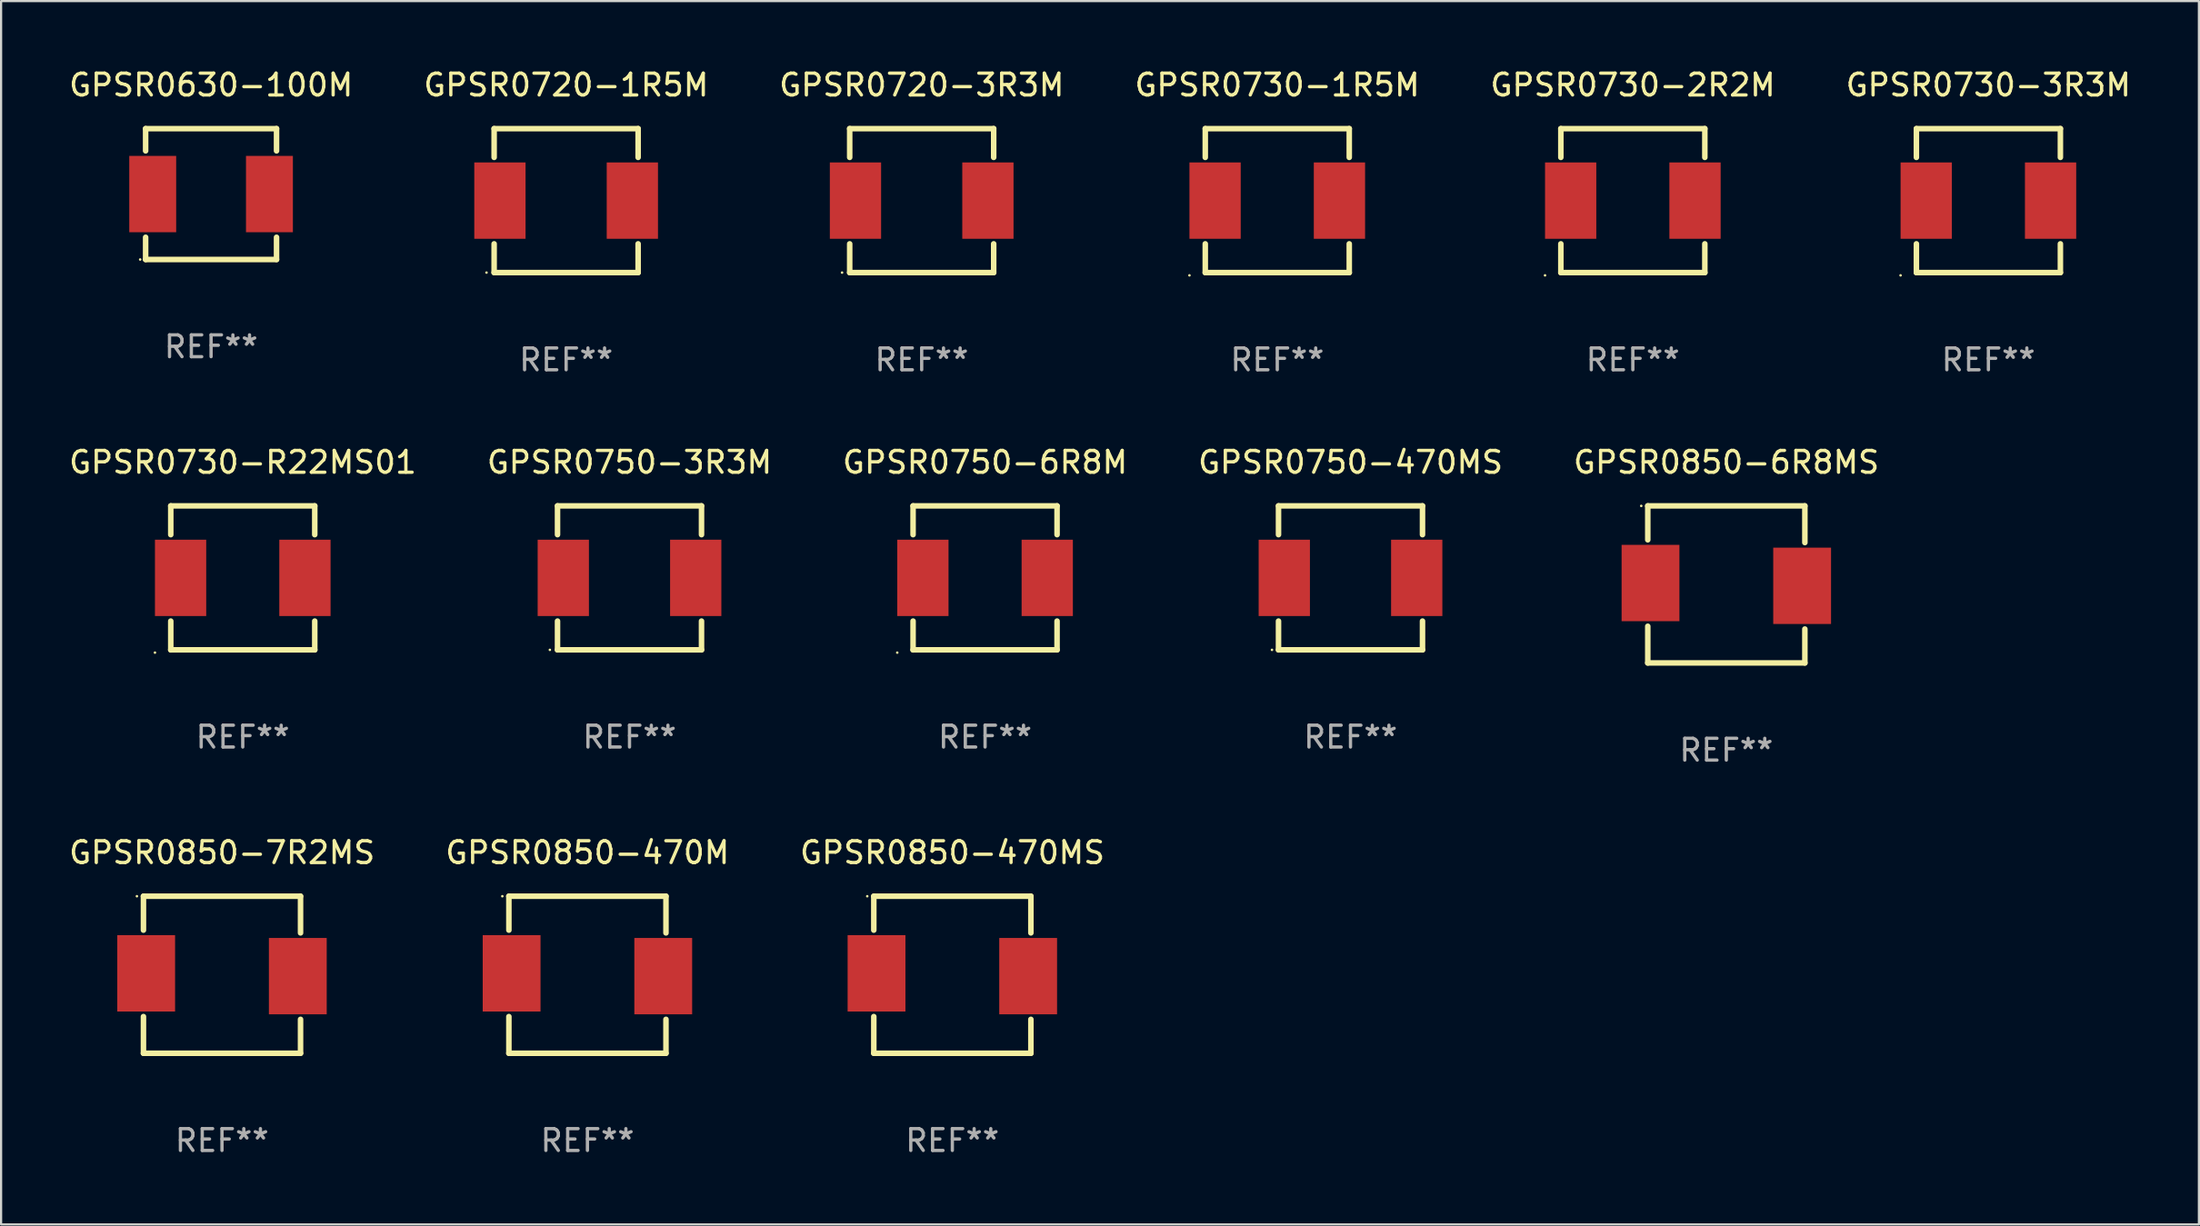
<source format=kicad_pcb>
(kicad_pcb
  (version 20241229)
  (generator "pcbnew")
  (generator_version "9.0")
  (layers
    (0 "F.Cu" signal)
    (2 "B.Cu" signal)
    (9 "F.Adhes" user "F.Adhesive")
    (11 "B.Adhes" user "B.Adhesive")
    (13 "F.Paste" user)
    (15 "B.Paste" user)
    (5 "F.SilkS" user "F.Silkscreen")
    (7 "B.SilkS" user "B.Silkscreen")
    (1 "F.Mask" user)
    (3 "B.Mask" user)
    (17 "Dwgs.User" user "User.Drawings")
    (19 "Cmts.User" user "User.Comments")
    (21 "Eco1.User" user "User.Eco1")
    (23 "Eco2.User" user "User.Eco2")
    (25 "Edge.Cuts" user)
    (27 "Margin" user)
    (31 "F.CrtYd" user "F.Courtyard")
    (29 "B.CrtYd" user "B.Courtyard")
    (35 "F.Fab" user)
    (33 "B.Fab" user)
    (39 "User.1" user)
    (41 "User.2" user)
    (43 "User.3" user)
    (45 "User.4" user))
  (footprint "GPSR0730-R22MS01"
    (layer "F.Cu")
    (at 8.077 23.445)
    (property "Reference" "GPSR0730-R22MS01" (at 0 -5.3 0) (layer "F.SilkS") (effects (font (size 1 1) (thickness 0.15))))
    (attr through_hole)
    (fp_line (start -3.3 -3.3) (end -3.3 -1.981) (stroke (width 0.254) (type solid)) (layer "F.SilkS"))
    (fp_line (start -3.3 -3.3) (end 3.3 -3.3) (stroke (width 0.254) (type solid)) (layer "F.SilkS"))
    (fp_line (start -3.3 1.981) (end -3.3 3.3) (stroke (width 0.254) (type solid)) (layer "F.SilkS"))
    (fp_line (start -3.3 3.3) (end 3.3 3.3) (stroke (width 0.254) (type solid)) (layer "F.SilkS"))
    (fp_line (start 3.3 -3.3) (end 3.3 -1.981) (stroke (width 0.254) (type solid)) (layer "F.SilkS"))
    (fp_line (start 3.3 1.981) (end 3.3 3.3) (stroke (width 0.254) (type solid)) (layer "F.SilkS"))
    (fp_circle (center -4.025 3.427) (end -3.995 3.427) (stroke (width 0.06) (type solid)) (fill no) (layer "F.SilkS"))
    (fp_text user "REF**" (at 0 7.3 0) (layer "F.Fab") (effects (font (size 1 1) (thickness 0.15))))
    (pad "1" smd rect (at -2.85 0) (size 2.35 3.5) (layers "F.Cu" "F.Mask" "F.Paste"))
    (pad "2" smd rect (at 2.85 0) (size 2.35 3.5) (layers "F.Cu" "F.Mask" "F.Paste")))
  (footprint "GPSR0750-6R8M"
    (layer "F.Cu")
    (at 42.101 23.445)
    (property "Reference" "GPSR0750-6R8M" (at 0 -5.3 0) (layer "F.SilkS") (effects (font (size 1 1) (thickness 0.15))))
    (attr through_hole)
    (fp_line (start -3.3 -3.3) (end -3.3 -1.981) (stroke (width 0.254) (type solid)) (layer "F.SilkS"))
    (fp_line (start -3.3 -3.3) (end 3.3 -3.3) (stroke (width 0.254) (type solid)) (layer "F.SilkS"))
    (fp_line (start -3.3 1.981) (end -3.3 3.3) (stroke (width 0.254) (type solid)) (layer "F.SilkS"))
    (fp_line (start -3.3 3.3) (end 3.3 3.3) (stroke (width 0.254) (type solid)) (layer "F.SilkS"))
    (fp_line (start 3.3 -3.3) (end 3.3 -1.981) (stroke (width 0.254) (type solid)) (layer "F.SilkS"))
    (fp_line (start 3.3 1.981) (end 3.3 3.3) (stroke (width 0.254) (type solid)) (layer "F.SilkS"))
    (fp_circle (center -4.025 3.427) (end -3.995 3.427) (stroke (width 0.06) (type solid)) (fill no) (layer "F.SilkS"))
    (fp_text user "REF**" (at 0 7.3 0) (layer "F.Fab") (effects (font (size 1 1) (thickness 0.15))))
    (pad "1" smd rect (at -2.85 0) (size 2.35 3.5) (layers "F.Cu" "F.Mask" "F.Paste"))
    (pad "2" smd rect (at 2.85 0) (size 2.35 3.5) (layers "F.Cu" "F.Mask" "F.Paste")))
  (footprint "GPSR0750-470MS"
    (layer "F.Cu")
    (at 58.851 23.445)
    (property "Reference" "GPSR0750-470MS" (at 0 -5.3 0) (layer "F.SilkS") (effects (font (size 1 1) (thickness 0.15))))
    (attr through_hole)
    (fp_line (start -3.3 -3.3) (end 3.3 -3.3) (stroke (width 0.254) (type solid)) (layer "F.SilkS"))
    (fp_line (start -3.3 -1.981) (end -3.3 -3.3) (stroke (width 0.254) (type solid)) (layer "F.SilkS"))
    (fp_line (start -3.3 3.3) (end -3.3 1.981) (stroke (width 0.254) (type solid)) (layer "F.SilkS"))
    (fp_line (start 3.3 -3.3) (end 3.3 -1.981) (stroke (width 0.254) (type solid)) (layer "F.SilkS"))
    (fp_line (start 3.3 1.981) (end 3.3 3.3) (stroke (width 0.254) (type solid)) (layer "F.SilkS"))
    (fp_line (start 3.3 3.3) (end -3.3 3.3) (stroke (width 0.254) (type solid)) (layer "F.SilkS"))
    (fp_circle (center -3.6 3.3) (end -3.57 3.3) (stroke (width 0.06) (type solid)) (fill no) (layer "F.SilkS"))
    (fp_text user "REF**" (at 0 7.3 0) (layer "F.Fab") (effects (font (size 1 1) (thickness 0.15))))
    (pad "1" smd rect (at -3.035 -0.000025) (size 2.35 3.5) (layers "F.Cu" "F.Mask" "F.Paste"))
    (pad "2" smd rect (at 3.035 -0.000025) (size 2.35 3.5) (layers "F.Cu" "F.Mask" "F.Paste")))
  (footprint "GPSR0750-3R3M"
    (layer "F.Cu")
    (at 25.804 23.445)
    (property "Reference" "GPSR0750-3R3M" (at 0 -5.3 0) (layer "F.SilkS") (effects (font (size 1 1) (thickness 0.15))))
    (attr through_hole)
    (fp_line (start -3.3 -3.3) (end 3.3 -3.3) (stroke (width 0.254) (type solid)) (layer "F.SilkS"))
    (fp_line (start -3.3 -1.981) (end -3.3 -3.3) (stroke (width 0.254) (type solid)) (layer "F.SilkS"))
    (fp_line (start -3.3 3.3) (end -3.3 1.981) (stroke (width 0.254) (type solid)) (layer "F.SilkS"))
    (fp_line (start 3.3 -3.3) (end 3.3 -1.981) (stroke (width 0.254) (type solid)) (layer "F.SilkS"))
    (fp_line (start 3.3 1.981) (end 3.3 3.3) (stroke (width 0.254) (type solid)) (layer "F.SilkS"))
    (fp_line (start 3.3 3.3) (end -3.3 3.3) (stroke (width 0.254) (type solid)) (layer "F.SilkS"))
    (fp_circle (center -3.65 3.3) (end -3.62 3.3) (stroke (width 0.06) (type solid)) (fill no) (layer "F.SilkS"))
    (fp_text user "REF**" (at 0 7.3 0) (layer "F.Fab") (effects (font (size 1 1) (thickness 0.15))))
    (pad "1" smd rect (at -3.035 0) (size 2.35 3.5) (layers "F.Cu" "F.Mask" "F.Paste"))
    (pad "2" smd rect (at 3.035 0) (size 2.35 3.5) (layers "F.Cu" "F.Mask" "F.Paste")))
  (footprint "GPSR0850-470M"
    (layer "F.Cu")
    (at 23.875 41.641)
    (property "Reference" "GPSR0850-470M" (at 0 -5.6 0) (layer "F.SilkS") (effects (font (size 1 1) (thickness 0.15))))
    (attr through_hole)
    (fp_line (start -3.6 -3.6) (end 3.6 -3.6) (stroke (width 0.254) (type solid)) (layer "F.SilkS"))
    (fp_line (start -3.6 -2.045) (end -3.6 -3.6) (stroke (width 0.254) (type solid)) (layer "F.SilkS"))
    (fp_line (start -3.6 3.6) (end -3.6 1.918) (stroke (width 0.254) (type solid)) (layer "F.SilkS"))
    (fp_line (start 3.6 -3.6) (end 3.6 -1.918) (stroke (width 0.254) (type solid)) (layer "F.SilkS"))
    (fp_line (start 3.6 2.045) (end 3.6 3.6) (stroke (width 0.254) (type solid)) (layer "F.SilkS"))
    (fp_line (start 3.6 3.6) (end -3.6 3.6) (stroke (width 0.254) (type solid)) (layer "F.SilkS"))
    (fp_circle (center -3.9 -3.6) (end -3.87 -3.6) (stroke (width 0.06) (type solid)) (fill no) (layer "F.SilkS"))
    (fp_text user "REF**" (at 0 7.6 0) (layer "F.Fab") (effects (font (size 1 1) (thickness 0.15))))
    (pad "1" smd rect (at -3.475 -0.064 90) (size 3.5 2.65) (layers "F.Cu" "F.Mask" "F.Paste"))
    (pad "2" smd rect (at 3.475 0.064 90) (size 3.5 2.65) (layers "F.Cu" "F.Mask" "F.Paste")))
  (footprint "GPSR0720-3R3M"
    (layer "F.Cu")
    (at 39.196 6.148)
    (property "Reference" "GPSR0720-3R3M" (at 0 -5.3 0) (layer "F.SilkS") (effects (font (size 1 1) (thickness 0.15))))
    (attr through_hole)
    (fp_line (start -3.3 -3.3) (end 3.3 -3.3) (stroke (width 0.254) (type solid)) (layer "F.SilkS"))
    (fp_line (start -3.3 -1.981) (end -3.3 -3.3) (stroke (width 0.254) (type solid)) (layer "F.SilkS"))
    (fp_line (start -3.3 3.3) (end -3.3 1.981) (stroke (width 0.254) (type solid)) (layer "F.SilkS"))
    (fp_line (start 3.3 -3.3) (end 3.3 -1.981) (stroke (width 0.254) (type solid)) (layer "F.SilkS"))
    (fp_line (start 3.3 1.981) (end 3.3 3.3) (stroke (width 0.254) (type solid)) (layer "F.SilkS"))
    (fp_line (start 3.3 3.3) (end -3.3 3.3) (stroke (width 0.254) (type solid)) (layer "F.SilkS"))
    (fp_circle (center -3.65 3.3) (end -3.62 3.3) (stroke (width 0.06) (type solid)) (fill no) (layer "F.SilkS"))
    (fp_text user "REF**" (at 0 7.3 0) (layer "F.Fab") (effects (font (size 1 1) (thickness 0.15))))
    (pad "1" smd rect (at -3.035 0) (size 2.35 3.5) (layers "F.Cu" "F.Mask" "F.Paste"))
    (pad "2" smd rect (at 3.035 0) (size 2.35 3.5) (layers "F.Cu" "F.Mask" "F.Paste")))
  (footprint "GPSR0850-6R8MS"
    (layer "F.Cu")
    (at 76.077 23.745)
    (property "Reference" "GPSR0850-6R8MS" (at 0 -5.6 0) (layer "F.SilkS") (effects (font (size 1 1) (thickness 0.15))))
    (attr through_hole)
    (fp_line (start -3.6 -3.6) (end 3.6 -3.6) (stroke (width 0.254) (type solid)) (layer "F.SilkS"))
    (fp_line (start -3.6 -2.045) (end -3.6 -3.6) (stroke (width 0.254) (type solid)) (layer "F.SilkS"))
    (fp_line (start -3.6 3.6) (end -3.6 1.918) (stroke (width 0.254) (type solid)) (layer "F.SilkS"))
    (fp_line (start 3.6 -3.6) (end 3.6 -1.918) (stroke (width 0.254) (type solid)) (layer "F.SilkS"))
    (fp_line (start 3.6 2.045) (end 3.6 3.6) (stroke (width 0.254) (type solid)) (layer "F.SilkS"))
    (fp_line (start 3.6 3.6) (end -3.6 3.6) (stroke (width 0.254) (type solid)) (layer "F.SilkS"))
    (fp_circle (center -3.9 -3.6) (end -3.87 -3.6) (stroke (width 0.06) (type solid)) (fill no) (layer "F.SilkS"))
    (fp_text user "REF**" (at 0 7.6 0) (layer "F.Fab") (effects (font (size 1 1) (thickness 0.15))))
    (pad "1" smd rect (at -3.475 -0.064 90) (size 3.5 2.65) (layers "F.Cu" "F.Mask" "F.Paste"))
    (pad "2" smd rect (at 3.475 0.064 90) (size 3.5 2.65) (layers "F.Cu" "F.Mask" "F.Paste")))
  (footprint "GPSR0730-1R5M"
    (layer "F.Cu")
    (at 55.494 6.148)
    (property "Reference" "GPSR0730-1R5M" (at 0 -5.3 0) (layer "F.SilkS") (effects (font (size 1 1) (thickness 0.15))))
    (attr through_hole)
    (fp_line (start -3.3 -3.3) (end -3.3 -1.981) (stroke (width 0.254) (type solid)) (layer "F.SilkS"))
    (fp_line (start -3.3 -3.3) (end 3.3 -3.3) (stroke (width 0.254) (type solid)) (layer "F.SilkS"))
    (fp_line (start -3.3 1.981) (end -3.3 3.3) (stroke (width 0.254) (type solid)) (layer "F.SilkS"))
    (fp_line (start -3.3 3.3) (end 3.3 3.3) (stroke (width 0.254) (type solid)) (layer "F.SilkS"))
    (fp_line (start 3.3 -3.3) (end 3.3 -1.981) (stroke (width 0.254) (type solid)) (layer "F.SilkS"))
    (fp_line (start 3.3 1.981) (end 3.3 3.3) (stroke (width 0.254) (type solid)) (layer "F.SilkS"))
    (fp_circle (center -4.025 3.427) (end -3.995 3.427) (stroke (width 0.06) (type solid)) (fill no) (layer "F.SilkS"))
    (fp_text user "REF**" (at 0 7.3 0) (layer "F.Fab") (effects (font (size 1 1) (thickness 0.15))))
    (pad "1" smd rect (at -2.85 0) (size 2.35 3.5) (layers "F.Cu" "F.Mask" "F.Paste"))
    (pad "2" smd rect (at 2.85 0) (size 2.35 3.5) (layers "F.Cu" "F.Mask" "F.Paste")))
  (footprint "GPSR0730-3R3M"
    (layer "F.Cu")
    (at 88.089 6.148)
    (property "Reference" "GPSR0730-3R3M" (at 0 -5.3 0) (layer "F.SilkS") (effects (font (size 1 1) (thickness 0.15))))
    (attr through_hole)
    (fp_line (start -3.3 -3.3) (end -3.3 -1.981) (stroke (width 0.254) (type solid)) (layer "F.SilkS"))
    (fp_line (start -3.3 -3.3) (end 3.3 -3.3) (stroke (width 0.254) (type solid)) (layer "F.SilkS"))
    (fp_line (start -3.3 1.981) (end -3.3 3.3) (stroke (width 0.254) (type solid)) (layer "F.SilkS"))
    (fp_line (start -3.3 3.3) (end 3.3 3.3) (stroke (width 0.254) (type solid)) (layer "F.SilkS"))
    (fp_line (start 3.3 -3.3) (end 3.3 -1.981) (stroke (width 0.254) (type solid)) (layer "F.SilkS"))
    (fp_line (start 3.3 1.981) (end 3.3 3.3) (stroke (width 0.254) (type solid)) (layer "F.SilkS"))
    (fp_circle (center -4.025 3.427) (end -3.995 3.427) (stroke (width 0.06) (type solid)) (fill no) (layer "F.SilkS"))
    (fp_text user "REF**" (at 0 7.3 0) (layer "F.Fab") (effects (font (size 1 1) (thickness 0.15))))
    (pad "1" smd rect (at -2.85 0) (size 2.35 3.5) (layers "F.Cu" "F.Mask" "F.Paste"))
    (pad "2" smd rect (at 2.85 0) (size 2.35 3.5) (layers "F.Cu" "F.Mask" "F.Paste")))
  (footprint "GPSR0720-1R5M"
    (layer "F.Cu")
    (at 22.899 6.148)
    (property "Reference" "GPSR0720-1R5M" (at 0 -5.3 0) (layer "F.SilkS") (effects (font (size 1 1) (thickness 0.15))))
    (attr through_hole)
    (fp_line (start -3.3 -3.3) (end 3.3 -3.3) (stroke (width 0.254) (type solid)) (layer "F.SilkS"))
    (fp_line (start -3.3 -1.981) (end -3.3 -3.3) (stroke (width 0.254) (type solid)) (layer "F.SilkS"))
    (fp_line (start -3.3 3.3) (end -3.3 1.981) (stroke (width 0.254) (type solid)) (layer "F.SilkS"))
    (fp_line (start 3.3 -3.3) (end 3.3 -1.981) (stroke (width 0.254) (type solid)) (layer "F.SilkS"))
    (fp_line (start 3.3 1.981) (end 3.3 3.3) (stroke (width 0.254) (type solid)) (layer "F.SilkS"))
    (fp_line (start 3.3 3.3) (end -3.3 3.3) (stroke (width 0.254) (type solid)) (layer "F.SilkS"))
    (fp_circle (center -3.65 3.3) (end -3.62 3.3) (stroke (width 0.06) (type solid)) (fill no) (layer "F.SilkS"))
    (fp_text user "REF**" (at 0 7.3 0) (layer "F.Fab") (effects (font (size 1 1) (thickness 0.15))))
    (pad "1" smd rect (at -3.035 0) (size 2.35 3.5) (layers "F.Cu" "F.Mask" "F.Paste"))
    (pad "2" smd rect (at 3.035 0) (size 2.35 3.5) (layers "F.Cu" "F.Mask" "F.Paste")))
  (footprint "GPSR0730-2R2M"
    (layer "F.Cu")
    (at 71.792 6.148)
    (property "Reference" "GPSR0730-2R2M" (at 0 -5.3 0) (layer "F.SilkS") (effects (font (size 1 1) (thickness 0.15))))
    (attr through_hole)
    (fp_line (start -3.3 -3.3) (end -3.3 -1.981) (stroke (width 0.254) (type solid)) (layer "F.SilkS"))
    (fp_line (start -3.3 -3.3) (end 3.3 -3.3) (stroke (width 0.254) (type solid)) (layer "F.SilkS"))
    (fp_line (start -3.3 1.981) (end -3.3 3.3) (stroke (width 0.254) (type solid)) (layer "F.SilkS"))
    (fp_line (start -3.3 3.3) (end 3.3 3.3) (stroke (width 0.254) (type solid)) (layer "F.SilkS"))
    (fp_line (start 3.3 -3.3) (end 3.3 -1.981) (stroke (width 0.254) (type solid)) (layer "F.SilkS"))
    (fp_line (start 3.3 1.981) (end 3.3 3.3) (stroke (width 0.254) (type solid)) (layer "F.SilkS"))
    (fp_circle (center -4.025 3.427) (end -3.995 3.427) (stroke (width 0.06) (type solid)) (fill no) (layer "F.SilkS"))
    (fp_text user "REF**" (at 0 7.3 0) (layer "F.Fab") (effects (font (size 1 1) (thickness 0.15))))
    (pad "1" smd rect (at -2.85 0) (size 2.35 3.5) (layers "F.Cu" "F.Mask" "F.Paste"))
    (pad "2" smd rect (at 2.85 0) (size 2.35 3.5) (layers "F.Cu" "F.Mask" "F.Paste")))
  (footprint "GPSR0850-470MS"
    (layer "F.Cu")
    (at 40.601 41.641)
    (property "Reference" "GPSR0850-470MS" (at 0 -5.6 0) (layer "F.SilkS") (effects (font (size 1 1) (thickness 0.15))))
    (attr through_hole)
    (fp_line (start -3.6 -3.6) (end 3.6 -3.6) (stroke (width 0.254) (type solid)) (layer "F.SilkS"))
    (fp_line (start -3.6 -2.045) (end -3.6 -3.6) (stroke (width 0.254) (type solid)) (layer "F.SilkS"))
    (fp_line (start -3.6 3.6) (end -3.6 1.918) (stroke (width 0.254) (type solid)) (layer "F.SilkS"))
    (fp_line (start 3.6 -3.6) (end 3.6 -1.918) (stroke (width 0.254) (type solid)) (layer "F.SilkS"))
    (fp_line (start 3.6 2.045) (end 3.6 3.6) (stroke (width 0.254) (type solid)) (layer "F.SilkS"))
    (fp_line (start 3.6 3.6) (end -3.6 3.6) (stroke (width 0.254) (type solid)) (layer "F.SilkS"))
    (fp_circle (center -3.9 -3.6) (end -3.87 -3.6) (stroke (width 0.06) (type solid)) (fill no) (layer "F.SilkS"))
    (fp_text user "REF**" (at 0 7.6 0) (layer "F.Fab") (effects (font (size 1 1) (thickness 0.15))))
    (pad "1" smd rect (at -3.475 -0.064 90) (size 3.5 2.65) (layers "F.Cu" "F.Mask" "F.Paste"))
    (pad "2" smd rect (at 3.475 0.064 90) (size 3.5 2.65) (layers "F.Cu" "F.Mask" "F.Paste")))
  (footprint "GPSR0630-100M"
    (layer "F.Cu")
    (at 6.625 5.848)
    (property "Reference" "GPSR0630-100M" (at 0 -5 0) (layer "F.SilkS") (effects (font (size 1 1) (thickness 0.15))))
    (attr through_hole)
    (fp_line (start -3 -3) (end 3 -3) (stroke (width 0.254) (type solid)) (layer "F.SilkS"))
    (fp_line (start -3 -1.981) (end -3 -3) (stroke (width 0.254) (type solid)) (layer "F.SilkS"))
    (fp_line (start -3 3) (end -3 1.981) (stroke (width 0.254) (type solid)) (layer "F.SilkS"))
    (fp_line (start 3 -3) (end 3 -1.981) (stroke (width 0.254) (type solid)) (layer "F.SilkS"))
    (fp_line (start 3 1.981) (end 3 3) (stroke (width 0.254) (type solid)) (layer "F.SilkS"))
    (fp_line (start 3 3) (end -3 3) (stroke (width 0.254) (type solid)) (layer "F.SilkS"))
    (fp_circle (center -3.25 3) (end -3.22 3) (stroke (width 0.06) (type solid)) (fill no) (layer "F.SilkS"))
    (fp_text user "REF**" (at 0 7 0) (layer "F.Fab") (effects (font (size 1 1) (thickness 0.15))))
    (pad "1" smd rect (at -2.675 0) (size 2.15 3.5) (layers "F.Cu" "F.Mask" "F.Paste"))
    (pad "2" smd rect (at 2.675 0) (size 2.15 3.5) (layers "F.Cu" "F.Mask" "F.Paste")))
  (footprint "GPSR0850-7R2MS"
    (layer "F.Cu")
    (at 7.125 41.641)
    (property "Reference" "GPSR0850-7R2MS" (at 0 -5.6 0) (layer "F.SilkS") (effects (font (size 1 1) (thickness 0.15))))
    (attr through_hole)
    (fp_line (start -3.6 -3.6) (end 3.6 -3.6) (stroke (width 0.254) (type solid)) (layer "F.SilkS"))
    (fp_line (start -3.6 -2.045) (end -3.6 -3.6) (stroke (width 0.254) (type solid)) (layer "F.SilkS"))
    (fp_line (start -3.6 3.6) (end -3.6 1.918) (stroke (width 0.254) (type solid)) (layer "F.SilkS"))
    (fp_line (start 3.6 -3.6) (end 3.6 -1.918) (stroke (width 0.254) (type solid)) (layer "F.SilkS"))
    (fp_line (start 3.6 2.045) (end 3.6 3.6) (stroke (width 0.254) (type solid)) (layer "F.SilkS"))
    (fp_line (start 3.6 3.6) (end -3.6 3.6) (stroke (width 0.254) (type solid)) (layer "F.SilkS"))
    (fp_circle (center -3.9 -3.6) (end -3.87 -3.6) (stroke (width 0.06) (type solid)) (fill no) (layer "F.SilkS"))
    (fp_text user "REF**" (at 0 7.6 0) (layer "F.Fab") (effects (font (size 1 1) (thickness 0.15))))
    (pad "1" smd rect (at -3.475 -0.064 90) (size 3.5 2.65) (layers "F.Cu" "F.Mask" "F.Paste"))
    (pad "2" smd rect (at 3.475 0.064 90) (size 3.5 2.65) (layers "F.Cu" "F.Mask" "F.Paste")))
  (gr_rect
    (start -3 -3)
    (end 97.738 53.09)
    (stroke (width 0.1) (type default))
    (fill no)
    (layer "Edge.Cuts")))
</source>
